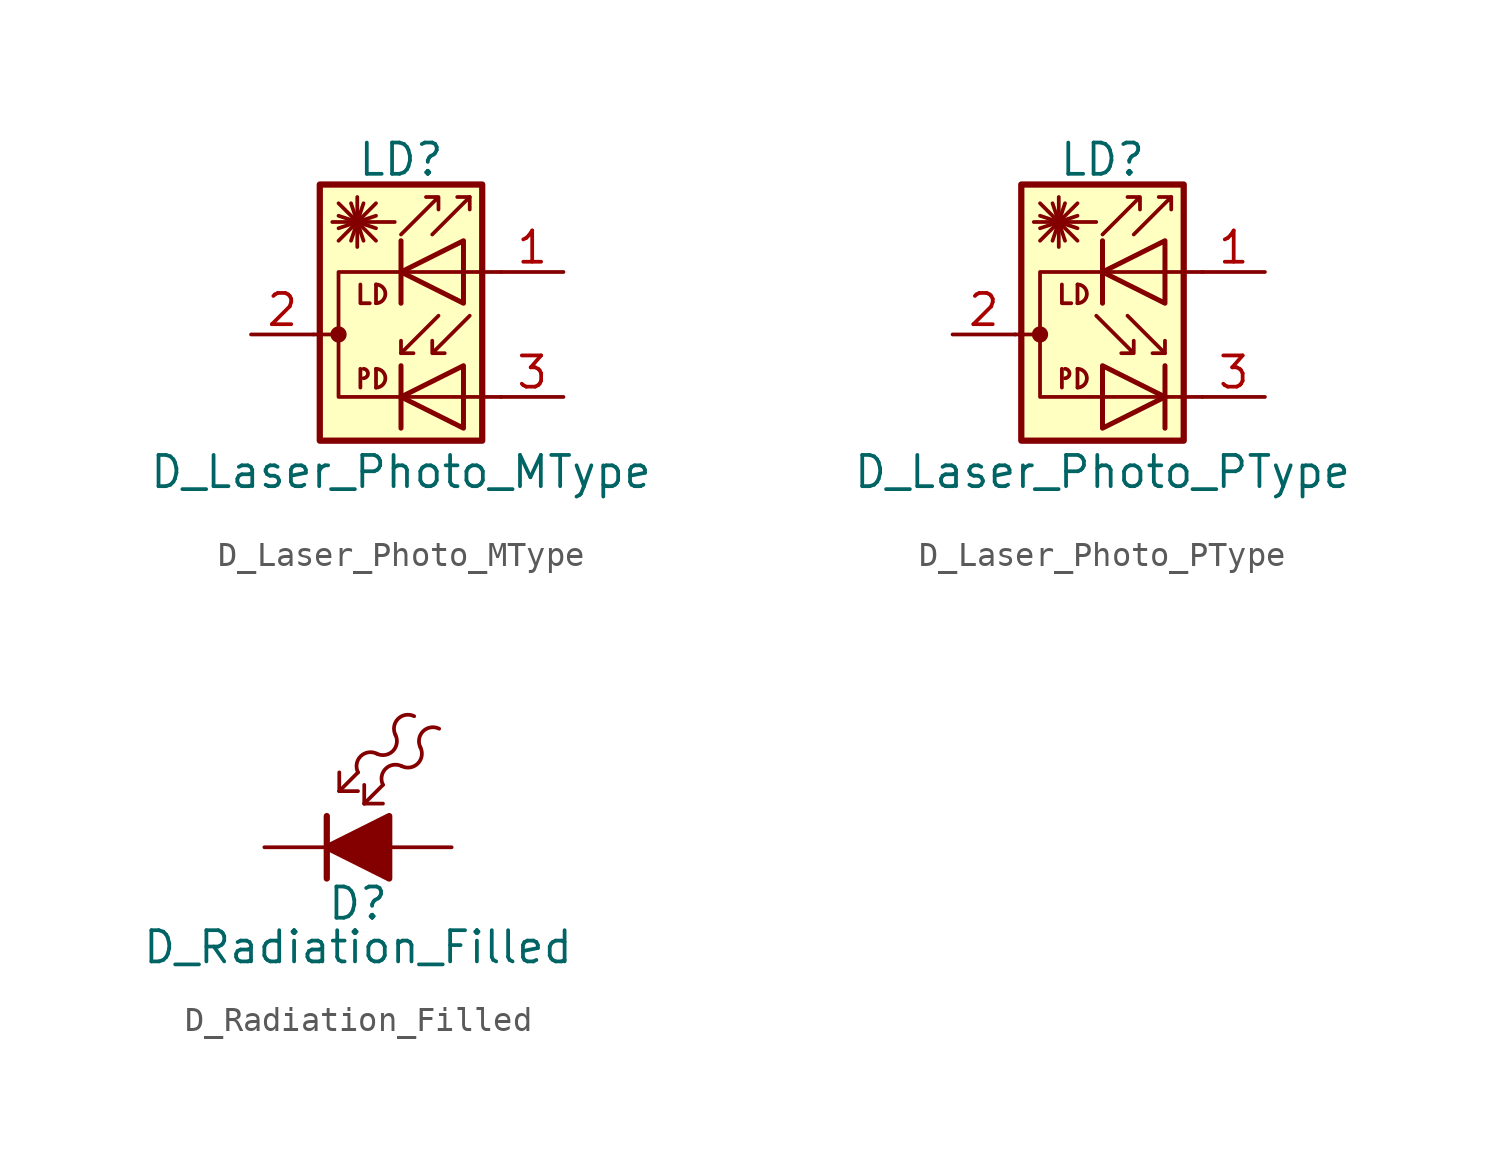
<source format=kicad_sym>
(kicad_symbol_lib
  (version 20211014)
  (generator kicad_symbol_editor)
  (symbol "D_Laser_Photo_MType"
    (pin_names hide)
    (property "Reference" "LD"
      (at 1.016 7.112 0)
      (effects (font (size 1.27 1.27))))
    (property "Value" "D_Laser_Photo_MType"
      (at 1.016 -5.588 0)
      (effects (font (size 1.27 1.27))))
    (symbol "D_Laser_Photo_MType_0_1"
      (circle (center -1.524 0) (radius 0.254) (stroke (width 0) (type default) (color 0 0 0 0)) (fill (type outline)))
      (arc (start -0.508 -1.778) (mid -0.3298 -1.5875) (end -0.508 -1.397) (stroke (width 0) (type default) (color 0 0 0 0)) (fill (type none)))
      (arc (start 0 -2.159) (mid 0.381 -1.778) (end 0 -1.397) (stroke (width 0) (type default) (color 0 0 0 0)) (fill (type none)))
      (polyline (pts (xy -2.54 0) (xy -1.524 0)) (stroke (width 0) (type default) (color 0 0 0 0)) (fill (type none)))
      (polyline (pts (xy -1.524 3.81) (xy 0 5.334)) (stroke (width 0) (type default) (color 0 0 0 0)) (fill (type none)))
      (polyline (pts (xy -1.524 4.318) (xy 0 4.826)) (stroke (width 0) (type default) (color 0 0 0 0)) (fill (type none)))
      (polyline (pts (xy -1.524 4.826) (xy 0 4.318)) (stroke (width 0) (type default) (color 0 0 0 0)) (fill (type none)))
      (polyline (pts (xy -1.524 5.334) (xy 0 3.81)) (stroke (width 0) (type default) (color 0 0 0 0)) (fill (type none)))
      (polyline (pts (xy -1.016 5.334) (xy -0.508 3.81)) (stroke (width 0) (type default) (color 0 0 0 0)) (fill (type none)))
      (polyline (pts (xy -0.762 4.572) (xy -0.762 3.556)) (stroke (width 0) (type default) (color 0 0 0 0)) (fill (type none)))
      (polyline (pts (xy -0.762 4.572) (xy -0.762 5.588)) (stroke (width 0) (type default) (color 0 0 0 0)) (fill (type none)))
      (polyline (pts (xy -0.635 -1.397) (xy -0.635 -2.159)) (stroke (width 0) (type default) (color 0 0 0 0)) (fill (type none)))
      (polyline (pts (xy -0.508 5.334) (xy -1.016 3.81)) (stroke (width 0) (type default) (color 0 0 0 0)) (fill (type none)))
      (polyline (pts (xy 0 -1.397) (xy 0 -2.159)) (stroke (width 0) (type default) (color 0 0 0 0)) (fill (type none)))
      (polyline (pts (xy 0 2.032) (xy 0 1.27)) (stroke (width 0) (type default) (color 0 0 0 0)) (fill (type none)))
      (polyline (pts (xy 0.762 4.572) (xy -1.778 4.572)) (stroke (width 0) (type default) (color 0 0 0 0)) (fill (type none)))
      (polyline (pts (xy 1.016 -1.27) (xy 1.016 -3.81)) (stroke (width 0.203) (type default) (color 0 0 0 0)) (fill (type none)))
      (polyline (pts (xy 1.016 -0.762) (xy 1.524 -0.762)) (stroke (width 0) (type default) (color 0 0 0 0)) (fill (type none)))
      (polyline (pts (xy 1.016 3.81) (xy 1.016 1.27)) (stroke (width 0.203) (type default) (color 0 0 0 0)) (fill (type none)))
      (polyline (pts (xy 3.81 5.588) (xy 3.302 5.588)) (stroke (width 0) (type default) (color 0 0 0 0)) (fill (type none)))
      (polyline (pts (xy -0.635 2.032) (xy -0.635 1.27) (xy -0.254 1.27)) (stroke (width 0) (type default) (color 0 0 0 0)) (fill (type none)))
      (polyline (pts (xy 2.286 4.064) (xy 3.81 5.588) (xy 3.81 5.08)) (stroke (width 0) (type default) (color 0 0 0 0)) (fill (type none)))
      (polyline (pts (xy 2.54 0.762) (xy 1.016 -0.762) (xy 1.016 -0.254)) (stroke (width 0) (type default) (color 0 0 0 0)) (fill (type none)))
      (polyline (pts (xy 3.556 -1.27) (xy 3.556 -3.81) (xy 1.016 -2.54) (xy 3.556 -1.27)) (stroke (width 0.203) (type default) (color 0 0 0 0)) (fill (type none)))
      (polyline (pts (xy 3.556 3.81) (xy 3.556 1.27) (xy 1.016 2.54) (xy 3.556 3.81)) (stroke (width 0.203) (type default) (color 0 0 0 0)) (fill (type none)))
      (polyline (pts (xy 5.08 2.54) (xy -1.524 2.54) (xy -1.524 -2.54) (xy 5.08 -2.54)) (stroke (width 0) (type default) (color 0 0 0 0)) (fill (type none)))
      (polyline (pts (xy 1.016 4.064) (xy 2.54 5.588) (xy 2.54 5.08) (xy 2.54 5.588) (xy 2.032 5.588)) (stroke (width 0) (type default) (color 0 0 0 0)) (fill (type none)))
      (polyline (pts (xy 3.81 0.762) (xy 2.286 -0.762) (xy 2.286 -0.254) (xy 2.286 -0.762) (xy 2.794 -0.762)) (stroke (width 0) (type default) (color 0 0 0 0)) (fill (type none)))
      (arc (start 0 1.27) (mid 0.381 1.651) (end 0 2.032) (stroke (width 0) (type default) (color 0 0 0 0)) (fill (type none)))
      (rectangle (start 4.318 6.096) (end -2.286 -4.318) (stroke (width 0.254) (type default) (color 0 0 0 0)) (fill (type background))))
    (symbol "D_Laser_Photo_MType_1_1"
      (pin passive line (at 7.62 2.54 180) (length 2.54) (name "~" (effects (font (size 1.27 1.27)))) (number "1" (effects (font (size 1.27 1.27)))))
      (pin passive line (at -5.08 0 0) (length 2.54) (name "~" (effects (font (size 1.27 1.27)))) (number "2" (effects (font (size 1.27 1.27)))))
      (pin passive line (at 7.62 -2.54 180) (length 2.54) (name "~" (effects (font (size 1.27 1.27)))) (number "3" (effects (font (size 1.27 1.27)))))))
  (symbol "D_Laser_Photo_PType"
    (pin_names hide)
    (property "Reference" "LD"
      (at 1.016 7.112 0)
      (effects (font (size 1.27 1.27))))
    (property "Value" "D_Laser_Photo_PType"
      (at 1.016 -5.588 0)
      (effects (font (size 1.27 1.27))))
    (symbol "D_Laser_Photo_PType_0_1"
      (circle (center -1.524 0) (radius 0.254) (stroke (width 0) (type default) (color 0 0 0 0)) (fill (type outline)))
      (arc (start -0.508 -1.778) (mid -0.3298 -1.5875) (end -0.508 -1.397) (stroke (width 0) (type default) (color 0 0 0 0)) (fill (type none)))
      (arc (start 0 -2.159) (mid 0.381 -1.778) (end 0 -1.397) (stroke (width 0) (type default) (color 0 0 0 0)) (fill (type none)))
      (polyline (pts (xy -2.54 0) (xy -1.524 0)) (stroke (width 0) (type default) (color 0 0 0 0)) (fill (type none)))
      (polyline (pts (xy -1.524 3.81) (xy 0 5.334)) (stroke (width 0) (type default) (color 0 0 0 0)) (fill (type none)))
      (polyline (pts (xy -1.524 4.318) (xy 0 4.826)) (stroke (width 0) (type default) (color 0 0 0 0)) (fill (type none)))
      (polyline (pts (xy -1.524 4.826) (xy 0 4.318)) (stroke (width 0) (type default) (color 0 0 0 0)) (fill (type none)))
      (polyline (pts (xy -1.524 5.334) (xy 0 3.81)) (stroke (width 0) (type default) (color 0 0 0 0)) (fill (type none)))
      (polyline (pts (xy -1.016 5.334) (xy -0.508 3.81)) (stroke (width 0) (type default) (color 0 0 0 0)) (fill (type none)))
      (polyline (pts (xy -0.762 4.572) (xy -0.762 3.556)) (stroke (width 0) (type default) (color 0 0 0 0)) (fill (type none)))
      (polyline (pts (xy -0.762 4.572) (xy -0.762 5.588)) (stroke (width 0) (type default) (color 0 0 0 0)) (fill (type none)))
      (polyline (pts (xy -0.635 -1.397) (xy -0.635 -2.159)) (stroke (width 0) (type default) (color 0 0 0 0)) (fill (type none)))
      (polyline (pts (xy -0.508 5.334) (xy -1.016 3.81)) (stroke (width 0) (type default) (color 0 0 0 0)) (fill (type none)))
      (polyline (pts (xy 0 -1.397) (xy 0 -2.159)) (stroke (width 0) (type default) (color 0 0 0 0)) (fill (type none)))
      (polyline (pts (xy 0 2.032) (xy 0 1.27)) (stroke (width 0) (type default) (color 0 0 0 0)) (fill (type none)))
      (polyline (pts (xy 0.762 4.572) (xy -1.778 4.572)) (stroke (width 0) (type default) (color 0 0 0 0)) (fill (type none)))
      (polyline (pts (xy 1.016 3.81) (xy 1.016 1.27)) (stroke (width 0.203) (type default) (color 0 0 0 0)) (fill (type none)))
      (polyline (pts (xy 3.556 -1.27) (xy 3.556 -3.81)) (stroke (width 0.203) (type default) (color 0 0 0 0)) (fill (type none)))
      (polyline (pts (xy 3.556 -0.762) (xy 3.048 -0.762)) (stroke (width 0) (type default) (color 0 0 0 0)) (fill (type none)))
      (polyline (pts (xy 3.81 5.588) (xy 3.302 5.588)) (stroke (width 0) (type default) (color 0 0 0 0)) (fill (type none)))
      (polyline (pts (xy -0.635 2.032) (xy -0.635 1.27) (xy -0.254 1.27)) (stroke (width 0) (type default) (color 0 0 0 0)) (fill (type none)))
      (polyline (pts (xy 2.032 0.762) (xy 3.556 -0.762) (xy 3.556 -0.254)) (stroke (width 0) (type default) (color 0 0 0 0)) (fill (type none)))
      (polyline (pts (xy 2.286 4.064) (xy 3.81 5.588) (xy 3.81 5.08)) (stroke (width 0) (type default) (color 0 0 0 0)) (fill (type none)))
      (polyline (pts (xy 1.016 -1.27) (xy 1.016 -3.81) (xy 3.556 -2.54) (xy 1.016 -1.27)) (stroke (width 0.203) (type default) (color 0 0 0 0)) (fill (type none)))
      (polyline (pts (xy 3.556 3.81) (xy 3.556 1.27) (xy 1.016 2.54) (xy 3.556 3.81)) (stroke (width 0.203) (type default) (color 0 0 0 0)) (fill (type none)))
      (polyline (pts (xy 5.08 2.54) (xy -1.524 2.54) (xy -1.524 -2.54) (xy 5.08 -2.54)) (stroke (width 0) (type default) (color 0 0 0 0)) (fill (type none)))
      (polyline (pts (xy 0.762 0.762) (xy 2.286 -0.762) (xy 2.286 -0.254) (xy 2.286 -0.762) (xy 1.778 -0.762)) (stroke (width 0) (type default) (color 0 0 0 0)) (fill (type none)))
      (polyline (pts (xy 1.016 4.064) (xy 2.54 5.588) (xy 2.54 5.08) (xy 2.54 5.588) (xy 2.032 5.588)) (stroke (width 0) (type default) (color 0 0 0 0)) (fill (type none)))
      (arc (start 0 1.27) (mid 0.381 1.651) (end 0 2.032) (stroke (width 0) (type default) (color 0 0 0 0)) (fill (type none)))
      (rectangle (start 4.318 6.096) (end -2.286 -4.318) (stroke (width 0.254) (type default) (color 0 0 0 0)) (fill (type background))))
    (symbol "D_Laser_Photo_PType_1_1"
      (pin passive line (at 7.62 2.54 180) (length 2.54) (name "~" (effects (font (size 1.27 1.27)))) (number "1" (effects (font (size 1.27 1.27)))))
      (pin passive line (at -5.08 0 0) (length 2.54) (name "~" (effects (font (size 1.27 1.27)))) (number "2" (effects (font (size 1.27 1.27)))))
      (pin passive line (at 7.62 -2.54 180) (length 2.54) (name "~" (effects (font (size 1.27 1.27)))) (number "3" (effects (font (size 1.27 1.27)))))))
  (symbol "D_Radiation_Filled"
    (pin_numbers hide)
    (pin_names
      (offset 1.016) hide)
    (property "Reference" "D"
      (at -1.27 -2.286 0)
      (effects (font (size 1.27 1.27))))
    (property "Value" "D_Radiation_Filled"
      (at -1.27 -4.064 0)
      (effects (font (size 1.27 1.27))))
    (symbol "D_Radiation_Filled_0_1"
      (arc (start -0.508 3.81) (mid -1.1636 3.7036) (end -1.27 3.048) (stroke (width 0) (type default) (color 0 0 0 0)) (fill (type none)))
      (arc (start -0.508 3.81) (mid 0.1476 3.9164) (end 0.254 4.572) (stroke (width 0) (type default) (color 0 0 0 0)) (fill (type none)))
      (polyline (pts (xy -2.54 1.27) (xy -2.54 -1.27)) (stroke (width 0.254) (type default) (color 0 0 0 0)) (fill (type none)))
      (polyline (pts (xy -2.032 2.286) (xy -1.27 2.286)) (stroke (width 0) (type default) (color 0 0 0 0)) (fill (type none)))
      (polyline (pts (xy -2.032 2.286) (xy -1.27 3.048)) (stroke (width 0) (type default) (color 0 0 0 0)) (fill (type none)))
      (polyline (pts (xy -2.032 3.048) (xy -2.032 2.286)) (stroke (width 0) (type default) (color 0 0 0 0)) (fill (type none)))
      (polyline (pts (xy -1.016 1.778) (xy -0.254 1.778)) (stroke (width 0) (type default) (color 0 0 0 0)) (fill (type none)))
      (polyline (pts (xy -1.016 1.778) (xy -0.254 2.54)) (stroke (width 0) (type default) (color 0 0 0 0)) (fill (type none)))
      (polyline (pts (xy -1.016 2.54) (xy -1.016 1.778)) (stroke (width 0) (type default) (color 0 0 0 0)) (fill (type none)))
      (polyline (pts (xy 0 0) (xy -2.54 0)) (stroke (width 0) (type default) (color 0 0 0 0)) (fill (type none)))
      (polyline (pts (xy 0 1.27) (xy 0 -1.27) (xy -2.54 0) (xy 0 1.27)) (stroke (width 0.254) (type default) (color 0 0 0 0)) (fill (type outline)))
      (arc (start 0.508 3.302) (mid -0.1476 3.1956) (end -0.254 2.54) (stroke (width 0) (type default) (color 0 0 0 0)) (fill (type none)))
      (arc (start 0.508 3.302) (mid 1.1636 3.4084) (end 1.27 4.064) (stroke (width 0) (type default) (color 0 0 0 0)) (fill (type none)))
      (arc (start 1.016 5.334) (mid 0.3604 5.2276) (end 0.254 4.572) (stroke (width 0) (type default) (color 0 0 0 0)) (fill (type none)))
      (arc (start 2.032 4.826) (mid 1.3764 4.7196) (end 1.27 4.064) (stroke (width 0) (type default) (color 0 0 0 0)) (fill (type none))))
    (symbol "D_Radiation_Filled_1_1"
      (pin passive line (at -5.08 0 0) (length 2.54) (name "K" (effects (font (size 1.27 1.27)))) (number "1" (effects (font (size 1.27 1.27)))))
      (pin passive line (at 2.54 0 180) (length 2.54) (name "A" (effects (font (size 1.27 1.27)))) (number "2" (effects (font (size 1.27 1.27))))))))
</source>
